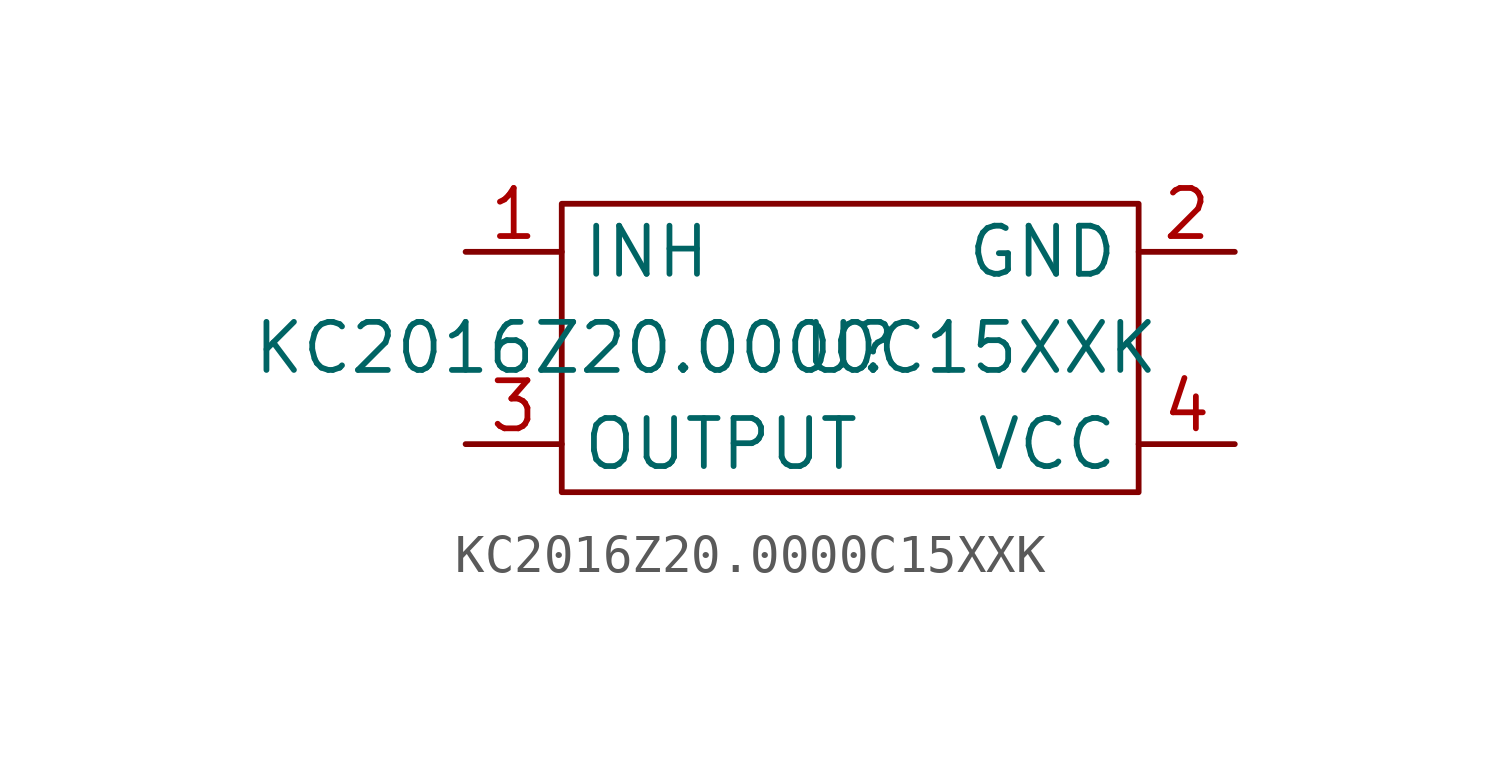
<source format=kicad_sym>
(kicad_symbol_lib
  (version 20231120)
  (generator "kicad_symbol_editor")
  (generator_version "8.0")
  (symbol "KC2016Z20.0000C15XXK"
    (property "Reference" "U"
      (at 0 0 0)
      (effects (font (size 1.27 1.27))))
    (property "Value" "KC2016Z20.0000C15XXK"
      (at -3.81 0 0)
      (effects (font (size 1.27 1.27))))
    (symbol "KC2016Z20.0000C15XXK_0_1"
      (rectangle (start -7.62 3.81) (end 7.62 -3.81) (stroke (width 0) (type default)) (fill (type none))))
    (symbol "KC2016Z20.0000C15XXK_1_1"
      (pin input line (at -10.16 2.54 0) (length 2.54) (name "INH" (effects (font (size 1.27 1.27)))) (number "1" (effects (font (size 1.27 1.27)))))
      (pin input line (at 10.16 2.54 180) (length 2.54) (name "GND" (effects (font (size 1.27 1.27)))) (number "2" (effects (font (size 1.27 1.27)))))
      (pin input line (at -10.16 -2.54 0) (length 2.54) (name "OUTPUT" (effects (font (size 1.27 1.27)))) (number "3" (effects (font (size 1.27 1.27)))))
      (pin input line (at 10.16 -2.54 180) (length 2.54) (name "VCC" (effects (font (size 1.27 1.27)))) (number "4" (effects (font (size 1.27 1.27))))))))
</source>
